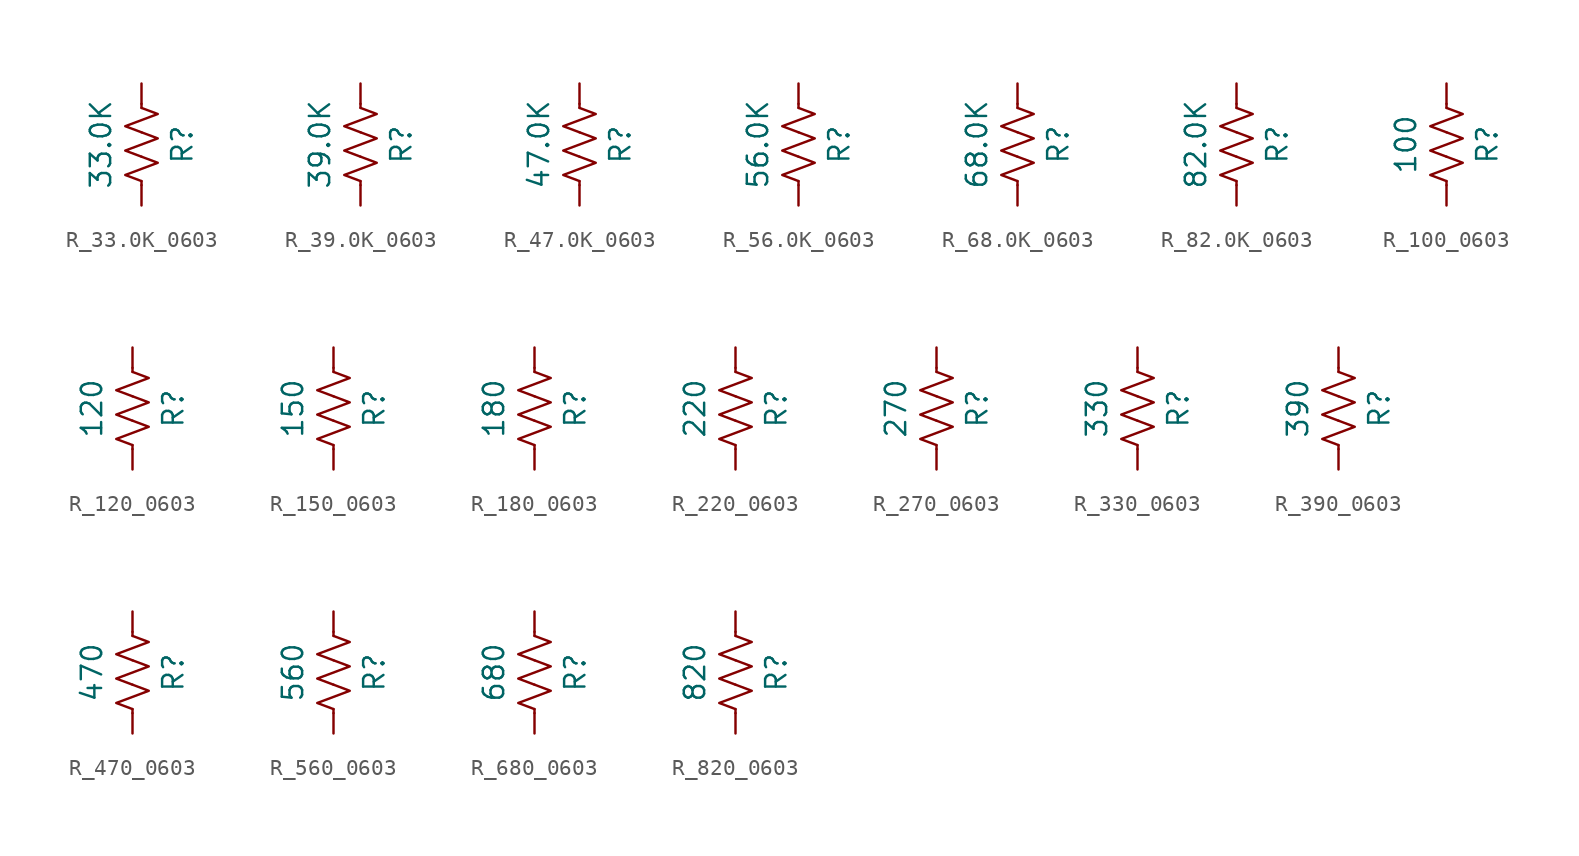
<source format=kicad_sym>
(kicad_symbol_lib
  (version 20241209)
  (generator "kicad_symbol_editor")
  (generator_version "9.0")
  (symbol "R_33.0K_0603"
    (pin_numbers
      (hide yes))
    (pin_names
      (offset 0))
    (property "Reference" "R"
      (at 2.54 0 90)
      (effects (font (size 1.27 1.27))))
    (property "Value" "33.0K"
      (at -2.54 0 90)
      (effects (font (size 1.27 1.27))))
    (symbol "R_33.0K_0603_0_1"
      (polyline (pts (xy 0 2.286) (xy 0 2.54)) (stroke (width 0) (type default)) (fill (type none)))
      (polyline (pts (xy 0 2.286) (xy 1.016 1.905) (xy 0 1.524) (xy -1.016 1.143) (xy 0 0.762)) (stroke (width 0) (type default)) (fill (type none)))
      (polyline (pts (xy 0 0.762) (xy 1.016 0.381) (xy 0 0) (xy -1.016 -0.381) (xy 0 -0.762)) (stroke (width 0) (type default)) (fill (type none)))
      (polyline (pts (xy 0 -0.762) (xy 1.016 -1.143) (xy 0 -1.524) (xy -1.016 -1.905) (xy 0 -2.286)) (stroke (width 0) (type default)) (fill (type none)))
      (polyline (pts (xy 0 -2.286) (xy 0 -2.54)) (stroke (width 0) (type default)) (fill (type none))))
    (symbol "R_33.0K_0603_1_1"
      (pin passive line (at 0 3.81 270) (length 1.27) (name "~" (effects (font (size 1.27 1.27)))) (number "1" (effects (font (size 1.27 1.27)))))
      (pin passive line (at 0 -3.81 90) (length 1.27) (name "~" (effects (font (size 1.27 1.27)))) (number "2" (effects (font (size 1.27 1.27)))))))
  (symbol "R_39.0K_0603"
    (pin_numbers
      (hide yes))
    (pin_names
      (offset 0))
    (property "Reference" "R"
      (at 2.54 0 90)
      (effects (font (size 1.27 1.27))))
    (property "Value" "39.0K"
      (at -2.54 0 90)
      (effects (font (size 1.27 1.27))))
    (symbol "R_39.0K_0603_0_1"
      (polyline (pts (xy 0 2.286) (xy 0 2.54)) (stroke (width 0) (type default)) (fill (type none)))
      (polyline (pts (xy 0 2.286) (xy 1.016 1.905) (xy 0 1.524) (xy -1.016 1.143) (xy 0 0.762)) (stroke (width 0) (type default)) (fill (type none)))
      (polyline (pts (xy 0 0.762) (xy 1.016 0.381) (xy 0 0) (xy -1.016 -0.381) (xy 0 -0.762)) (stroke (width 0) (type default)) (fill (type none)))
      (polyline (pts (xy 0 -0.762) (xy 1.016 -1.143) (xy 0 -1.524) (xy -1.016 -1.905) (xy 0 -2.286)) (stroke (width 0) (type default)) (fill (type none)))
      (polyline (pts (xy 0 -2.286) (xy 0 -2.54)) (stroke (width 0) (type default)) (fill (type none))))
    (symbol "R_39.0K_0603_1_1"
      (pin passive line (at 0 3.81 270) (length 1.27) (name "~" (effects (font (size 1.27 1.27)))) (number "1" (effects (font (size 1.27 1.27)))))
      (pin passive line (at 0 -3.81 90) (length 1.27) (name "~" (effects (font (size 1.27 1.27)))) (number "2" (effects (font (size 1.27 1.27)))))))
  (symbol "R_47.0K_0603"
    (pin_numbers
      (hide yes))
    (pin_names
      (offset 0))
    (property "Reference" "R"
      (at 2.54 0 90)
      (effects (font (size 1.27 1.27))))
    (property "Value" "47.0K"
      (at -2.54 0 90)
      (effects (font (size 1.27 1.27))))
    (symbol "R_47.0K_0603_0_1"
      (polyline (pts (xy 0 2.286) (xy 0 2.54)) (stroke (width 0) (type default)) (fill (type none)))
      (polyline (pts (xy 0 2.286) (xy 1.016 1.905) (xy 0 1.524) (xy -1.016 1.143) (xy 0 0.762)) (stroke (width 0) (type default)) (fill (type none)))
      (polyline (pts (xy 0 0.762) (xy 1.016 0.381) (xy 0 0) (xy -1.016 -0.381) (xy 0 -0.762)) (stroke (width 0) (type default)) (fill (type none)))
      (polyline (pts (xy 0 -0.762) (xy 1.016 -1.143) (xy 0 -1.524) (xy -1.016 -1.905) (xy 0 -2.286)) (stroke (width 0) (type default)) (fill (type none)))
      (polyline (pts (xy 0 -2.286) (xy 0 -2.54)) (stroke (width 0) (type default)) (fill (type none))))
    (symbol "R_47.0K_0603_1_1"
      (pin passive line (at 0 3.81 270) (length 1.27) (name "~" (effects (font (size 1.27 1.27)))) (number "1" (effects (font (size 1.27 1.27)))))
      (pin passive line (at 0 -3.81 90) (length 1.27) (name "~" (effects (font (size 1.27 1.27)))) (number "2" (effects (font (size 1.27 1.27)))))))
  (symbol "R_56.0K_0603"
    (pin_numbers
      (hide yes))
    (pin_names
      (offset 0))
    (property "Reference" "R"
      (at 2.54 0 90)
      (effects (font (size 1.27 1.27))))
    (property "Value" "56.0K"
      (at -2.54 0 90)
      (effects (font (size 1.27 1.27))))
    (symbol "R_56.0K_0603_0_1"
      (polyline (pts (xy 0 2.286) (xy 0 2.54)) (stroke (width 0) (type default)) (fill (type none)))
      (polyline (pts (xy 0 2.286) (xy 1.016 1.905) (xy 0 1.524) (xy -1.016 1.143) (xy 0 0.762)) (stroke (width 0) (type default)) (fill (type none)))
      (polyline (pts (xy 0 0.762) (xy 1.016 0.381) (xy 0 0) (xy -1.016 -0.381) (xy 0 -0.762)) (stroke (width 0) (type default)) (fill (type none)))
      (polyline (pts (xy 0 -0.762) (xy 1.016 -1.143) (xy 0 -1.524) (xy -1.016 -1.905) (xy 0 -2.286)) (stroke (width 0) (type default)) (fill (type none)))
      (polyline (pts (xy 0 -2.286) (xy 0 -2.54)) (stroke (width 0) (type default)) (fill (type none))))
    (symbol "R_56.0K_0603_1_1"
      (pin passive line (at 0 3.81 270) (length 1.27) (name "~" (effects (font (size 1.27 1.27)))) (number "1" (effects (font (size 1.27 1.27)))))
      (pin passive line (at 0 -3.81 90) (length 1.27) (name "~" (effects (font (size 1.27 1.27)))) (number "2" (effects (font (size 1.27 1.27)))))))
  (symbol "R_68.0K_0603"
    (pin_numbers
      (hide yes))
    (pin_names
      (offset 0))
    (property "Reference" "R"
      (at 2.54 0 90)
      (effects (font (size 1.27 1.27))))
    (property "Value" "68.0K"
      (at -2.54 0 90)
      (effects (font (size 1.27 1.27))))
    (symbol "R_68.0K_0603_0_1"
      (polyline (pts (xy 0 2.286) (xy 0 2.54)) (stroke (width 0) (type default)) (fill (type none)))
      (polyline (pts (xy 0 2.286) (xy 1.016 1.905) (xy 0 1.524) (xy -1.016 1.143) (xy 0 0.762)) (stroke (width 0) (type default)) (fill (type none)))
      (polyline (pts (xy 0 0.762) (xy 1.016 0.381) (xy 0 0) (xy -1.016 -0.381) (xy 0 -0.762)) (stroke (width 0) (type default)) (fill (type none)))
      (polyline (pts (xy 0 -0.762) (xy 1.016 -1.143) (xy 0 -1.524) (xy -1.016 -1.905) (xy 0 -2.286)) (stroke (width 0) (type default)) (fill (type none)))
      (polyline (pts (xy 0 -2.286) (xy 0 -2.54)) (stroke (width 0) (type default)) (fill (type none))))
    (symbol "R_68.0K_0603_1_1"
      (pin passive line (at 0 3.81 270) (length 1.27) (name "~" (effects (font (size 1.27 1.27)))) (number "1" (effects (font (size 1.27 1.27)))))
      (pin passive line (at 0 -3.81 90) (length 1.27) (name "~" (effects (font (size 1.27 1.27)))) (number "2" (effects (font (size 1.27 1.27)))))))
  (symbol "R_82.0K_0603"
    (pin_numbers
      (hide yes))
    (pin_names
      (offset 0))
    (property "Reference" "R"
      (at 2.54 0 90)
      (effects (font (size 1.27 1.27))))
    (property "Value" "82.0K"
      (at -2.54 0 90)
      (effects (font (size 1.27 1.27))))
    (symbol "R_82.0K_0603_0_1"
      (polyline (pts (xy 0 2.286) (xy 0 2.54)) (stroke (width 0) (type default)) (fill (type none)))
      (polyline (pts (xy 0 2.286) (xy 1.016 1.905) (xy 0 1.524) (xy -1.016 1.143) (xy 0 0.762)) (stroke (width 0) (type default)) (fill (type none)))
      (polyline (pts (xy 0 0.762) (xy 1.016 0.381) (xy 0 0) (xy -1.016 -0.381) (xy 0 -0.762)) (stroke (width 0) (type default)) (fill (type none)))
      (polyline (pts (xy 0 -0.762) (xy 1.016 -1.143) (xy 0 -1.524) (xy -1.016 -1.905) (xy 0 -2.286)) (stroke (width 0) (type default)) (fill (type none)))
      (polyline (pts (xy 0 -2.286) (xy 0 -2.54)) (stroke (width 0) (type default)) (fill (type none))))
    (symbol "R_82.0K_0603_1_1"
      (pin passive line (at 0 3.81 270) (length 1.27) (name "~" (effects (font (size 1.27 1.27)))) (number "1" (effects (font (size 1.27 1.27)))))
      (pin passive line (at 0 -3.81 90) (length 1.27) (name "~" (effects (font (size 1.27 1.27)))) (number "2" (effects (font (size 1.27 1.27)))))))
  (symbol "R_100_0603"
    (pin_numbers
      (hide yes))
    (pin_names
      (offset 0))
    (property "Reference" "R"
      (at 2.54 0 90)
      (effects (font (size 1.27 1.27))))
    (property "Value" "100"
      (at -2.54 0 90)
      (effects (font (size 1.27 1.27))))
    (symbol "R_100_0603_0_1"
      (polyline (pts (xy 0 2.286) (xy 0 2.54)) (stroke (width 0) (type default)) (fill (type none)))
      (polyline (pts (xy 0 2.286) (xy 1.016 1.905) (xy 0 1.524) (xy -1.016 1.143) (xy 0 0.762)) (stroke (width 0) (type default)) (fill (type none)))
      (polyline (pts (xy 0 0.762) (xy 1.016 0.381) (xy 0 0) (xy -1.016 -0.381) (xy 0 -0.762)) (stroke (width 0) (type default)) (fill (type none)))
      (polyline (pts (xy 0 -0.762) (xy 1.016 -1.143) (xy 0 -1.524) (xy -1.016 -1.905) (xy 0 -2.286)) (stroke (width 0) (type default)) (fill (type none)))
      (polyline (pts (xy 0 -2.286) (xy 0 -2.54)) (stroke (width 0) (type default)) (fill (type none))))
    (symbol "R_100_0603_1_1"
      (pin passive line (at 0 3.81 270) (length 1.27) (name "~" (effects (font (size 1.27 1.27)))) (number "1" (effects (font (size 1.27 1.27)))))
      (pin passive line (at 0 -3.81 90) (length 1.27) (name "~" (effects (font (size 1.27 1.27)))) (number "2" (effects (font (size 1.27 1.27)))))))
  (symbol "R_120_0603"
    (pin_numbers
      (hide yes))
    (pin_names
      (offset 0))
    (property "Reference" "R"
      (at 2.54 0 90)
      (effects (font (size 1.27 1.27))))
    (property "Value" "120"
      (at -2.54 0 90)
      (effects (font (size 1.27 1.27))))
    (symbol "R_120_0603_0_1"
      (polyline (pts (xy 0 2.286) (xy 0 2.54)) (stroke (width 0) (type default)) (fill (type none)))
      (polyline (pts (xy 0 2.286) (xy 1.016 1.905) (xy 0 1.524) (xy -1.016 1.143) (xy 0 0.762)) (stroke (width 0) (type default)) (fill (type none)))
      (polyline (pts (xy 0 0.762) (xy 1.016 0.381) (xy 0 0) (xy -1.016 -0.381) (xy 0 -0.762)) (stroke (width 0) (type default)) (fill (type none)))
      (polyline (pts (xy 0 -0.762) (xy 1.016 -1.143) (xy 0 -1.524) (xy -1.016 -1.905) (xy 0 -2.286)) (stroke (width 0) (type default)) (fill (type none)))
      (polyline (pts (xy 0 -2.286) (xy 0 -2.54)) (stroke (width 0) (type default)) (fill (type none))))
    (symbol "R_120_0603_1_1"
      (pin passive line (at 0 3.81 270) (length 1.27) (name "~" (effects (font (size 1.27 1.27)))) (number "1" (effects (font (size 1.27 1.27)))))
      (pin passive line (at 0 -3.81 90) (length 1.27) (name "~" (effects (font (size 1.27 1.27)))) (number "2" (effects (font (size 1.27 1.27)))))))
  (symbol "R_150_0603"
    (pin_numbers
      (hide yes))
    (pin_names
      (offset 0))
    (property "Reference" "R"
      (at 2.54 0 90)
      (effects (font (size 1.27 1.27))))
    (property "Value" "150"
      (at -2.54 0 90)
      (effects (font (size 1.27 1.27))))
    (symbol "R_150_0603_0_1"
      (polyline (pts (xy 0 2.286) (xy 0 2.54)) (stroke (width 0) (type default)) (fill (type none)))
      (polyline (pts (xy 0 2.286) (xy 1.016 1.905) (xy 0 1.524) (xy -1.016 1.143) (xy 0 0.762)) (stroke (width 0) (type default)) (fill (type none)))
      (polyline (pts (xy 0 0.762) (xy 1.016 0.381) (xy 0 0) (xy -1.016 -0.381) (xy 0 -0.762)) (stroke (width 0) (type default)) (fill (type none)))
      (polyline (pts (xy 0 -0.762) (xy 1.016 -1.143) (xy 0 -1.524) (xy -1.016 -1.905) (xy 0 -2.286)) (stroke (width 0) (type default)) (fill (type none)))
      (polyline (pts (xy 0 -2.286) (xy 0 -2.54)) (stroke (width 0) (type default)) (fill (type none))))
    (symbol "R_150_0603_1_1"
      (pin passive line (at 0 3.81 270) (length 1.27) (name "~" (effects (font (size 1.27 1.27)))) (number "1" (effects (font (size 1.27 1.27)))))
      (pin passive line (at 0 -3.81 90) (length 1.27) (name "~" (effects (font (size 1.27 1.27)))) (number "2" (effects (font (size 1.27 1.27)))))))
  (symbol "R_180_0603"
    (pin_numbers
      (hide yes))
    (pin_names
      (offset 0))
    (property "Reference" "R"
      (at 2.54 0 90)
      (effects (font (size 1.27 1.27))))
    (property "Value" "180"
      (at -2.54 0 90)
      (effects (font (size 1.27 1.27))))
    (symbol "R_180_0603_0_1"
      (polyline (pts (xy 0 2.286) (xy 0 2.54)) (stroke (width 0) (type default)) (fill (type none)))
      (polyline (pts (xy 0 2.286) (xy 1.016 1.905) (xy 0 1.524) (xy -1.016 1.143) (xy 0 0.762)) (stroke (width 0) (type default)) (fill (type none)))
      (polyline (pts (xy 0 0.762) (xy 1.016 0.381) (xy 0 0) (xy -1.016 -0.381) (xy 0 -0.762)) (stroke (width 0) (type default)) (fill (type none)))
      (polyline (pts (xy 0 -0.762) (xy 1.016 -1.143) (xy 0 -1.524) (xy -1.016 -1.905) (xy 0 -2.286)) (stroke (width 0) (type default)) (fill (type none)))
      (polyline (pts (xy 0 -2.286) (xy 0 -2.54)) (stroke (width 0) (type default)) (fill (type none))))
    (symbol "R_180_0603_1_1"
      (pin passive line (at 0 3.81 270) (length 1.27) (name "~" (effects (font (size 1.27 1.27)))) (number "1" (effects (font (size 1.27 1.27)))))
      (pin passive line (at 0 -3.81 90) (length 1.27) (name "~" (effects (font (size 1.27 1.27)))) (number "2" (effects (font (size 1.27 1.27)))))))
  (symbol "R_220_0603"
    (pin_numbers
      (hide yes))
    (pin_names
      (offset 0))
    (property "Reference" "R"
      (at 2.54 0 90)
      (effects (font (size 1.27 1.27))))
    (property "Value" "220"
      (at -2.54 0 90)
      (effects (font (size 1.27 1.27))))
    (symbol "R_220_0603_0_1"
      (polyline (pts (xy 0 2.286) (xy 0 2.54)) (stroke (width 0) (type default)) (fill (type none)))
      (polyline (pts (xy 0 2.286) (xy 1.016 1.905) (xy 0 1.524) (xy -1.016 1.143) (xy 0 0.762)) (stroke (width 0) (type default)) (fill (type none)))
      (polyline (pts (xy 0 0.762) (xy 1.016 0.381) (xy 0 0) (xy -1.016 -0.381) (xy 0 -0.762)) (stroke (width 0) (type default)) (fill (type none)))
      (polyline (pts (xy 0 -0.762) (xy 1.016 -1.143) (xy 0 -1.524) (xy -1.016 -1.905) (xy 0 -2.286)) (stroke (width 0) (type default)) (fill (type none)))
      (polyline (pts (xy 0 -2.286) (xy 0 -2.54)) (stroke (width 0) (type default)) (fill (type none))))
    (symbol "R_220_0603_1_1"
      (pin passive line (at 0 3.81 270) (length 1.27) (name "~" (effects (font (size 1.27 1.27)))) (number "1" (effects (font (size 1.27 1.27)))))
      (pin passive line (at 0 -3.81 90) (length 1.27) (name "~" (effects (font (size 1.27 1.27)))) (number "2" (effects (font (size 1.27 1.27)))))))
  (symbol "R_270_0603"
    (pin_numbers
      (hide yes))
    (pin_names
      (offset 0))
    (property "Reference" "R"
      (at 2.54 0 90)
      (effects (font (size 1.27 1.27))))
    (property "Value" "270"
      (at -2.54 0 90)
      (effects (font (size 1.27 1.27))))
    (symbol "R_270_0603_0_1"
      (polyline (pts (xy 0 2.286) (xy 0 2.54)) (stroke (width 0) (type default)) (fill (type none)))
      (polyline (pts (xy 0 2.286) (xy 1.016 1.905) (xy 0 1.524) (xy -1.016 1.143) (xy 0 0.762)) (stroke (width 0) (type default)) (fill (type none)))
      (polyline (pts (xy 0 0.762) (xy 1.016 0.381) (xy 0 0) (xy -1.016 -0.381) (xy 0 -0.762)) (stroke (width 0) (type default)) (fill (type none)))
      (polyline (pts (xy 0 -0.762) (xy 1.016 -1.143) (xy 0 -1.524) (xy -1.016 -1.905) (xy 0 -2.286)) (stroke (width 0) (type default)) (fill (type none)))
      (polyline (pts (xy 0 -2.286) (xy 0 -2.54)) (stroke (width 0) (type default)) (fill (type none))))
    (symbol "R_270_0603_1_1"
      (pin passive line (at 0 3.81 270) (length 1.27) (name "~" (effects (font (size 1.27 1.27)))) (number "1" (effects (font (size 1.27 1.27)))))
      (pin passive line (at 0 -3.81 90) (length 1.27) (name "~" (effects (font (size 1.27 1.27)))) (number "2" (effects (font (size 1.27 1.27)))))))
  (symbol "R_330_0603"
    (pin_numbers
      (hide yes))
    (pin_names
      (offset 0))
    (property "Reference" "R"
      (at 2.54 0 90)
      (effects (font (size 1.27 1.27))))
    (property "Value" "330"
      (at -2.54 0 90)
      (effects (font (size 1.27 1.27))))
    (symbol "R_330_0603_0_1"
      (polyline (pts (xy 0 2.286) (xy 0 2.54)) (stroke (width 0) (type default)) (fill (type none)))
      (polyline (pts (xy 0 2.286) (xy 1.016 1.905) (xy 0 1.524) (xy -1.016 1.143) (xy 0 0.762)) (stroke (width 0) (type default)) (fill (type none)))
      (polyline (pts (xy 0 0.762) (xy 1.016 0.381) (xy 0 0) (xy -1.016 -0.381) (xy 0 -0.762)) (stroke (width 0) (type default)) (fill (type none)))
      (polyline (pts (xy 0 -0.762) (xy 1.016 -1.143) (xy 0 -1.524) (xy -1.016 -1.905) (xy 0 -2.286)) (stroke (width 0) (type default)) (fill (type none)))
      (polyline (pts (xy 0 -2.286) (xy 0 -2.54)) (stroke (width 0) (type default)) (fill (type none))))
    (symbol "R_330_0603_1_1"
      (pin passive line (at 0 3.81 270) (length 1.27) (name "~" (effects (font (size 1.27 1.27)))) (number "1" (effects (font (size 1.27 1.27)))))
      (pin passive line (at 0 -3.81 90) (length 1.27) (name "~" (effects (font (size 1.27 1.27)))) (number "2" (effects (font (size 1.27 1.27)))))))
  (symbol "R_390_0603"
    (pin_numbers
      (hide yes))
    (pin_names
      (offset 0))
    (property "Reference" "R"
      (at 2.54 0 90)
      (effects (font (size 1.27 1.27))))
    (property "Value" "390"
      (at -2.54 0 90)
      (effects (font (size 1.27 1.27))))
    (symbol "R_390_0603_0_1"
      (polyline (pts (xy 0 2.286) (xy 0 2.54)) (stroke (width 0) (type default)) (fill (type none)))
      (polyline (pts (xy 0 2.286) (xy 1.016 1.905) (xy 0 1.524) (xy -1.016 1.143) (xy 0 0.762)) (stroke (width 0) (type default)) (fill (type none)))
      (polyline (pts (xy 0 0.762) (xy 1.016 0.381) (xy 0 0) (xy -1.016 -0.381) (xy 0 -0.762)) (stroke (width 0) (type default)) (fill (type none)))
      (polyline (pts (xy 0 -0.762) (xy 1.016 -1.143) (xy 0 -1.524) (xy -1.016 -1.905) (xy 0 -2.286)) (stroke (width 0) (type default)) (fill (type none)))
      (polyline (pts (xy 0 -2.286) (xy 0 -2.54)) (stroke (width 0) (type default)) (fill (type none))))
    (symbol "R_390_0603_1_1"
      (pin passive line (at 0 3.81 270) (length 1.27) (name "~" (effects (font (size 1.27 1.27)))) (number "1" (effects (font (size 1.27 1.27)))))
      (pin passive line (at 0 -3.81 90) (length 1.27) (name "~" (effects (font (size 1.27 1.27)))) (number "2" (effects (font (size 1.27 1.27)))))))
  (symbol "R_470_0603"
    (pin_numbers
      (hide yes))
    (pin_names
      (offset 0))
    (property "Reference" "R"
      (at 2.54 0 90)
      (effects (font (size 1.27 1.27))))
    (property "Value" "470"
      (at -2.54 0 90)
      (effects (font (size 1.27 1.27))))
    (symbol "R_470_0603_0_1"
      (polyline (pts (xy 0 2.286) (xy 0 2.54)) (stroke (width 0) (type default)) (fill (type none)))
      (polyline (pts (xy 0 2.286) (xy 1.016 1.905) (xy 0 1.524) (xy -1.016 1.143) (xy 0 0.762)) (stroke (width 0) (type default)) (fill (type none)))
      (polyline (pts (xy 0 0.762) (xy 1.016 0.381) (xy 0 0) (xy -1.016 -0.381) (xy 0 -0.762)) (stroke (width 0) (type default)) (fill (type none)))
      (polyline (pts (xy 0 -0.762) (xy 1.016 -1.143) (xy 0 -1.524) (xy -1.016 -1.905) (xy 0 -2.286)) (stroke (width 0) (type default)) (fill (type none)))
      (polyline (pts (xy 0 -2.286) (xy 0 -2.54)) (stroke (width 0) (type default)) (fill (type none))))
    (symbol "R_470_0603_1_1"
      (pin passive line (at 0 3.81 270) (length 1.27) (name "~" (effects (font (size 1.27 1.27)))) (number "1" (effects (font (size 1.27 1.27)))))
      (pin passive line (at 0 -3.81 90) (length 1.27) (name "~" (effects (font (size 1.27 1.27)))) (number "2" (effects (font (size 1.27 1.27)))))))
  (symbol "R_560_0603"
    (pin_numbers
      (hide yes))
    (pin_names
      (offset 0))
    (property "Reference" "R"
      (at 2.54 0 90)
      (effects (font (size 1.27 1.27))))
    (property "Value" "560"
      (at -2.54 0 90)
      (effects (font (size 1.27 1.27))))
    (symbol "R_560_0603_0_1"
      (polyline (pts (xy 0 2.286) (xy 0 2.54)) (stroke (width 0) (type default)) (fill (type none)))
      (polyline (pts (xy 0 2.286) (xy 1.016 1.905) (xy 0 1.524) (xy -1.016 1.143) (xy 0 0.762)) (stroke (width 0) (type default)) (fill (type none)))
      (polyline (pts (xy 0 0.762) (xy 1.016 0.381) (xy 0 0) (xy -1.016 -0.381) (xy 0 -0.762)) (stroke (width 0) (type default)) (fill (type none)))
      (polyline (pts (xy 0 -0.762) (xy 1.016 -1.143) (xy 0 -1.524) (xy -1.016 -1.905) (xy 0 -2.286)) (stroke (width 0) (type default)) (fill (type none)))
      (polyline (pts (xy 0 -2.286) (xy 0 -2.54)) (stroke (width 0) (type default)) (fill (type none))))
    (symbol "R_560_0603_1_1"
      (pin passive line (at 0 3.81 270) (length 1.27) (name "~" (effects (font (size 1.27 1.27)))) (number "1" (effects (font (size 1.27 1.27)))))
      (pin passive line (at 0 -3.81 90) (length 1.27) (name "~" (effects (font (size 1.27 1.27)))) (number "2" (effects (font (size 1.27 1.27)))))))
  (symbol "R_680_0603"
    (pin_numbers
      (hide yes))
    (pin_names
      (offset 0))
    (property "Reference" "R"
      (at 2.54 0 90)
      (effects (font (size 1.27 1.27))))
    (property "Value" "680"
      (at -2.54 0 90)
      (effects (font (size 1.27 1.27))))
    (symbol "R_680_0603_0_1"
      (polyline (pts (xy 0 2.286) (xy 0 2.54)) (stroke (width 0) (type default)) (fill (type none)))
      (polyline (pts (xy 0 2.286) (xy 1.016 1.905) (xy 0 1.524) (xy -1.016 1.143) (xy 0 0.762)) (stroke (width 0) (type default)) (fill (type none)))
      (polyline (pts (xy 0 0.762) (xy 1.016 0.381) (xy 0 0) (xy -1.016 -0.381) (xy 0 -0.762)) (stroke (width 0) (type default)) (fill (type none)))
      (polyline (pts (xy 0 -0.762) (xy 1.016 -1.143) (xy 0 -1.524) (xy -1.016 -1.905) (xy 0 -2.286)) (stroke (width 0) (type default)) (fill (type none)))
      (polyline (pts (xy 0 -2.286) (xy 0 -2.54)) (stroke (width 0) (type default)) (fill (type none))))
    (symbol "R_680_0603_1_1"
      (pin passive line (at 0 3.81 270) (length 1.27) (name "~" (effects (font (size 1.27 1.27)))) (number "1" (effects (font (size 1.27 1.27)))))
      (pin passive line (at 0 -3.81 90) (length 1.27) (name "~" (effects (font (size 1.27 1.27)))) (number "2" (effects (font (size 1.27 1.27)))))))
  (symbol "R_820_0603"
    (pin_numbers
      (hide yes))
    (pin_names
      (offset 0))
    (property "Reference" "R"
      (at 2.54 0 90)
      (effects (font (size 1.27 1.27))))
    (property "Value" "820"
      (at -2.54 0 90)
      (effects (font (size 1.27 1.27))))
    (symbol "R_820_0603_0_1"
      (polyline (pts (xy 0 2.286) (xy 0 2.54)) (stroke (width 0) (type default)) (fill (type none)))
      (polyline (pts (xy 0 2.286) (xy 1.016 1.905) (xy 0 1.524) (xy -1.016 1.143) (xy 0 0.762)) (stroke (width 0) (type default)) (fill (type none)))
      (polyline (pts (xy 0 0.762) (xy 1.016 0.381) (xy 0 0) (xy -1.016 -0.381) (xy 0 -0.762)) (stroke (width 0) (type default)) (fill (type none)))
      (polyline (pts (xy 0 -0.762) (xy 1.016 -1.143) (xy 0 -1.524) (xy -1.016 -1.905) (xy 0 -2.286)) (stroke (width 0) (type default)) (fill (type none)))
      (polyline (pts (xy 0 -2.286) (xy 0 -2.54)) (stroke (width 0) (type default)) (fill (type none))))
    (symbol "R_820_0603_1_1"
      (pin passive line (at 0 3.81 270) (length 1.27) (name "~" (effects (font (size 1.27 1.27)))) (number "1" (effects (font (size 1.27 1.27)))))
      (pin passive line (at 0 -3.81 90) (length 1.27) (name "~" (effects (font (size 1.27 1.27)))) (number "2" (effects (font (size 1.27 1.27))))))))
</source>
